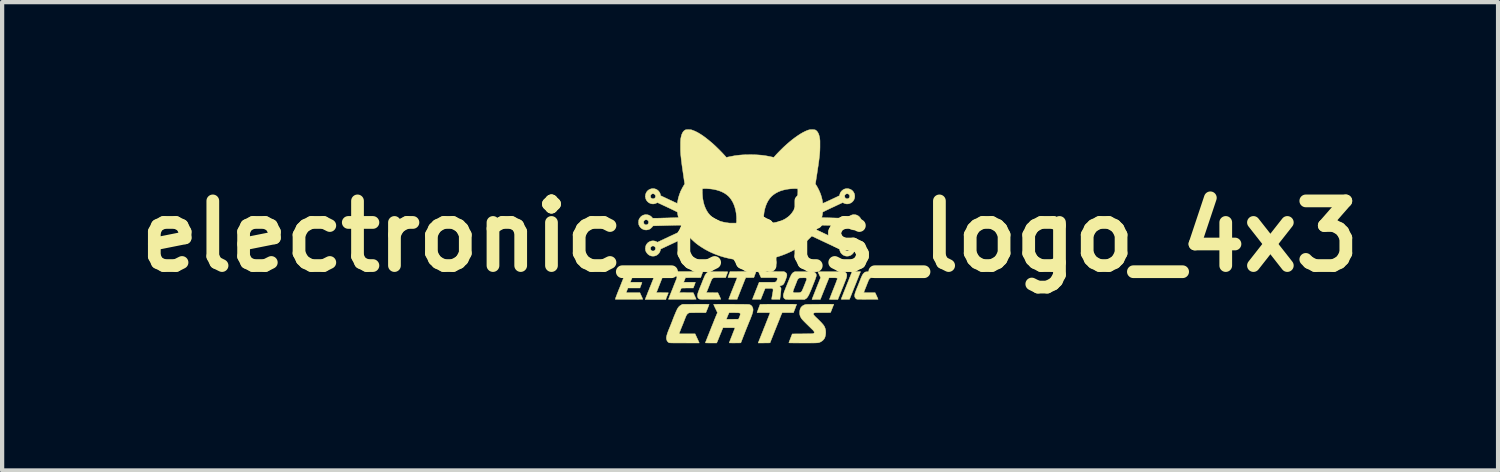
<source format=kicad_pcb>
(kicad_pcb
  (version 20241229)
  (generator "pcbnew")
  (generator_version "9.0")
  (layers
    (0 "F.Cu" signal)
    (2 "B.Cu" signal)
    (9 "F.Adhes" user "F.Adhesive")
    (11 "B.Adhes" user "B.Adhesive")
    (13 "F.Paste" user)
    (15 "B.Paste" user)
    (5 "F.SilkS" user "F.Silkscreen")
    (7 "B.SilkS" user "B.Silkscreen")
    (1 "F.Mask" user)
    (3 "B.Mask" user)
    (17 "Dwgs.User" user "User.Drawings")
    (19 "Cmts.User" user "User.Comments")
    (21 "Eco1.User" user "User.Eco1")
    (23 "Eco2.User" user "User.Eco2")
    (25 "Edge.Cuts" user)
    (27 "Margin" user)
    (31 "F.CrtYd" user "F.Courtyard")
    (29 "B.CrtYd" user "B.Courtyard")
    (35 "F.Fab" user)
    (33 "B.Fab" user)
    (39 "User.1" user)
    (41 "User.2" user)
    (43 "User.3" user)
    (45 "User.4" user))
  (footprint "electronic_cats_logo_4x3"
    (layer "F.Cu")
    (at 14.63 2.52)
    (property "Reference" "electronic_cats_logo_4x3" (at 0 0 0) (layer "F.SilkS") (effects (font (size 1.524 1.524) (thickness 0.3))))
    (attr through_hole)
    (fp_poly (pts (xy 2.533 0.83) (xy 2.558 0.83) (xy 2.578 0.831) (xy 2.593 0.831) (xy 2.602 0.832) (xy 2.603 0.833) (xy 2.602 0.837) (xy 2.598 0.849) (xy 2.59 0.867) (xy 2.581 0.891) (xy 2.569 0.921) (xy 2.555 0.956) (xy 2.54 0.995) (xy 2.522 1.038) (xy 2.504 1.084) (xy 2.485 1.133) (xy 2.473 1.161) (xy 2.343 1.486) (xy 2.245 1.486) (xy 2.217 1.486) (xy 2.192 1.485) (xy 2.172 1.485) (xy 2.156 1.484) (xy 2.148 1.483) (xy 2.146 1.483) (xy 2.148 1.479) (xy 2.152 1.467) (xy 2.159 1.449) (xy 2.169 1.424) (xy 2.181 1.394) (xy 2.195 1.36) (xy 2.21 1.32) (xy 2.227 1.278) (xy 2.246 1.231) (xy 2.265 1.183) (xy 2.276 1.155) (xy 2.406 0.83) (xy 2.505 0.83) (xy 2.533 0.83)) (stroke (width 0.01) (type solid)) (fill yes) (layer "F.SilkS"))
    (fp_poly (pts (xy -2.017 0.839) (xy -2.019 0.845) (xy -2.023 0.857) (xy -2.031 0.877) (xy -2.04 0.902) (xy -2.052 0.931) (xy -2.066 0.966) (xy -2.08 1.004) (xy -2.097 1.044) (xy -2.113 1.087) (xy -2.114 1.088) (xy -2.208 1.327) (xy -2.067 1.328) (xy -2.034 1.329) (xy -2.003 1.329) (xy -1.976 1.33) (xy -1.954 1.33) (xy -1.938 1.331) (xy -1.928 1.331) (xy -1.926 1.332) (xy -1.928 1.336) (xy -1.932 1.347) (xy -1.938 1.363) (xy -1.946 1.383) (xy -1.953 1.4) (xy -1.963 1.423) (xy -1.971 1.444) (xy -1.978 1.462) (xy -1.982 1.474) (xy -1.983 1.479) (xy -1.986 1.49) (xy -2.473 1.49) (xy -2.47 1.481) (xy -2.468 1.475) (xy -2.463 1.463) (xy -2.456 1.443) (xy -2.446 1.418) (xy -2.433 1.387) (xy -2.419 1.352) (xy -2.404 1.312) (xy -2.386 1.269) (xy -2.368 1.222) (xy -2.348 1.174) (xy -2.339 1.151) (xy -2.212 0.832) (xy -2.113 0.831) (xy -2.014 0.83) (xy -2.017 0.839)) (stroke (width 0.01) (type solid)) (fill yes) (layer "F.SilkS"))
    (fp_poly (pts (xy 0.754 1.6) (xy 0.805 1.6) (xy 0.853 1.6) (xy 0.9 1.6) (xy 0.943 1.601) (xy 0.982 1.601) (xy 1.016 1.601) (xy 1.045 1.602) (xy 1.069 1.603) (xy 1.085 1.603) (xy 1.095 1.604) (xy 1.096 1.605) (xy 1.095 1.61) (xy 1.091 1.621) (xy 1.084 1.639) (xy 1.076 1.661) (xy 1.067 1.686) (xy 1.06 1.704) (xy 1.023 1.799) (xy 0.758 1.799) (xy 0.747 1.821) (xy 0.741 1.833) (xy 0.733 1.851) (xy 0.725 1.873) (xy 0.715 1.896) (xy 0.711 1.907) (xy 0.7 1.934) (xy 0.689 1.965) (xy 0.677 1.994) (xy 0.666 2.019) (xy 0.665 2.024) (xy 0.659 2.038) (xy 0.65 2.059) (xy 0.64 2.086) (xy 0.627 2.118) (xy 0.612 2.154) (xy 0.597 2.193) (xy 0.58 2.234) (xy 0.563 2.277) (xy 0.557 2.294) (xy 0.47 2.512) (xy 0.331 2.514) (xy 0.191 2.515) (xy 0.195 2.503) (xy 0.197 2.497) (xy 0.202 2.485) (xy 0.21 2.465) (xy 0.22 2.439) (xy 0.233 2.408) (xy 0.247 2.372) (xy 0.263 2.332) (xy 0.281 2.287) (xy 0.3 2.24) (xy 0.319 2.19) (xy 0.336 2.148) (xy 0.357 2.097) (xy 0.376 2.048) (xy 0.394 2.002) (xy 0.411 1.959) (xy 0.427 1.92) (xy 0.44 1.886) (xy 0.451 1.857) (xy 0.46 1.833) (xy 0.467 1.816) (xy 0.471 1.805) (xy 0.471 1.802) (xy 0.467 1.802) (xy 0.455 1.801) (xy 0.436 1.8) (xy 0.412 1.8) (xy 0.383 1.799) (xy 0.351 1.799) (xy 0.317 1.799) (xy 0.165 1.799) (xy 0.167 1.79) (xy 0.169 1.784) (xy 0.174 1.771) (xy 0.181 1.754) (xy 0.188 1.732) (xy 0.197 1.708) (xy 0.206 1.684) (xy 0.216 1.659) (xy 0.224 1.637) (xy 0.231 1.617) (xy 0.236 1.605) (xy 0.24 1.605) (xy 0.253 1.604) (xy 0.272 1.603) (xy 0.297 1.603) (xy 0.329 1.602) (xy 0.365 1.602) (xy 0.406 1.601) (xy 0.45 1.601) (xy 0.497 1.6) (xy 0.547 1.6) (xy 0.598 1.6) (xy 0.65 1.6) (xy 0.702 1.6) (xy 0.754 1.6)) (stroke (width 0.01) (type solid)) (fill yes) (layer "F.SilkS"))
    (fp_poly (pts (xy 2.019 0.834) (xy 2.064 0.834) (xy 2.102 0.834) (xy 2.134 0.835) (xy 2.161 0.835) (xy 2.183 0.836) (xy 2.2 0.837) (xy 2.214 0.838) (xy 2.225 0.84) (xy 2.233 0.842) (xy 2.24 0.844) (xy 2.245 0.847) (xy 2.249 0.85) (xy 2.253 0.854) (xy 2.256 0.856) (xy 2.269 0.872) (xy 2.278 0.89) (xy 2.281 0.911) (xy 2.28 0.936) (xy 2.274 0.966) (xy 2.263 1.002) (xy 2.257 1.016) (xy 2.252 1.031) (xy 2.243 1.053) (xy 2.232 1.081) (xy 2.219 1.114) (xy 2.205 1.151) (xy 2.189 1.19) (xy 2.172 1.231) (xy 2.155 1.273) (xy 2.152 1.282) (xy 2.068 1.49) (xy 1.97 1.49) (xy 1.934 1.49) (xy 1.907 1.489) (xy 1.887 1.489) (xy 1.876 1.487) (xy 1.871 1.486) (xy 1.871 1.486) (xy 1.873 1.481) (xy 1.877 1.469) (xy 1.884 1.451) (xy 1.893 1.427) (xy 1.905 1.398) (xy 1.918 1.364) (xy 1.932 1.327) (xy 1.948 1.287) (xy 1.964 1.247) (xy 1.981 1.204) (xy 1.997 1.164) (xy 2.012 1.126) (xy 2.025 1.092) (xy 2.036 1.063) (xy 2.045 1.038) (xy 2.052 1.019) (xy 2.056 1.007) (xy 2.057 1.002) (xy 2.057 0.994) (xy 2.054 0.989) (xy 2.048 0.984) (xy 2.039 0.982) (xy 2.025 0.98) (xy 2.005 0.978) (xy 1.978 0.978) (xy 1.95 0.978) (xy 1.862 0.978) (xy 1.853 0.998) (xy 1.85 1.006) (xy 1.844 1.02) (xy 1.836 1.041) (xy 1.825 1.068) (xy 1.812 1.099) (xy 1.798 1.135) (xy 1.782 1.173) (xy 1.766 1.215) (xy 1.75 1.253) (xy 1.656 1.488) (xy 1.558 1.489) (xy 1.46 1.49) (xy 1.462 1.479) (xy 1.465 1.473) (xy 1.469 1.46) (xy 1.477 1.44) (xy 1.487 1.415) (xy 1.499 1.385) (xy 1.513 1.35) (xy 1.528 1.312) (xy 1.544 1.271) (xy 1.562 1.227) (xy 1.564 1.22) (xy 1.663 0.974) (xy 1.634 0.913) (xy 1.624 0.892) (xy 1.615 0.873) (xy 1.608 0.857) (xy 1.604 0.846) (xy 1.603 0.843) (xy 1.6 0.834) (xy 1.967 0.834) (xy 2.019 0.834)) (stroke (width 0.01) (type solid)) (fill yes) (layer "F.SilkS"))
    (fp_poly (pts (xy 2.955 0.834) (xy 3.175 0.834) (xy 3.175 0.846) (xy 3.173 0.854) (xy 3.169 0.868) (xy 3.163 0.887) (xy 3.155 0.908) (xy 3.152 0.915) (xy 3.13 0.972) (xy 2.988 0.974) (xy 2.944 0.974) (xy 2.908 0.975) (xy 2.88 0.976) (xy 2.859 0.978) (xy 2.846 0.979) (xy 2.839 0.981) (xy 2.838 0.981) (xy 2.824 0.992) (xy 2.81 1.008) (xy 2.798 1.026) (xy 2.792 1.04) (xy 2.788 1.049) (xy 2.782 1.064) (xy 2.774 1.086) (xy 2.763 1.111) (xy 2.752 1.141) (xy 2.739 1.172) (xy 2.732 1.191) (xy 2.719 1.222) (xy 2.708 1.251) (xy 2.698 1.276) (xy 2.69 1.297) (xy 2.684 1.313) (xy 2.68 1.323) (xy 2.68 1.325) (xy 2.684 1.326) (xy 2.696 1.327) (xy 2.717 1.328) (xy 2.745 1.329) (xy 2.78 1.329) (xy 2.813 1.329) (xy 2.947 1.329) (xy 2.975 1.387) (xy 2.985 1.41) (xy 2.995 1.431) (xy 3.003 1.449) (xy 3.009 1.463) (xy 3.01 1.466) (xy 3.018 1.486) (xy 2.774 1.486) (xy 2.729 1.485) (xy 2.686 1.485) (xy 2.646 1.485) (xy 2.61 1.484) (xy 2.579 1.484) (xy 2.553 1.483) (xy 2.533 1.483) (xy 2.521 1.482) (xy 2.516 1.481) (xy 2.502 1.474) (xy 2.488 1.461) (xy 2.476 1.444) (xy 2.468 1.427) (xy 2.468 1.426) (xy 2.465 1.413) (xy 2.465 1.398) (xy 2.466 1.381) (xy 2.47 1.362) (xy 2.476 1.338) (xy 2.486 1.31) (xy 2.498 1.277) (xy 2.514 1.237) (xy 2.527 1.204) (xy 2.54 1.173) (xy 2.554 1.138) (xy 2.568 1.103) (xy 2.581 1.07) (xy 2.589 1.05) (xy 2.605 1.008) (xy 2.619 0.974) (xy 2.632 0.946) (xy 2.642 0.923) (xy 2.653 0.905) (xy 2.662 0.89) (xy 2.672 0.878) (xy 2.681 0.869) (xy 2.689 0.862) (xy 2.695 0.855) (xy 2.702 0.85) (xy 2.709 0.846) (xy 2.718 0.842) (xy 2.729 0.839) (xy 2.742 0.837) (xy 2.759 0.836) (xy 2.78 0.835) (xy 2.806 0.834) (xy 2.838 0.834) (xy 2.876 0.834) (xy 2.921 0.834) (xy 2.955 0.834)) (stroke (width 0.01) (type solid)) (fill yes) (layer "F.SilkS"))
    (fp_poly (pts (xy -0.694 0.834) (xy -0.646 0.834) (xy -0.607 0.835) (xy -0.574 0.835) (xy -0.55 0.836) (xy -0.534 0.837) (xy -0.526 0.838) (xy -0.525 0.838) (xy -0.526 0.843) (xy -0.531 0.855) (xy -0.537 0.872) (xy -0.545 0.892) (xy -0.551 0.908) (xy -0.577 0.974) (xy -0.709 0.974) (xy -0.75 0.974) (xy -0.786 0.974) (xy -0.815 0.975) (xy -0.838 0.976) (xy -0.852 0.977) (xy -0.857 0.978) (xy -0.876 0.987) (xy -0.893 1.003) (xy -0.907 1.024) (xy -0.913 1.038) (xy -0.917 1.047) (xy -0.923 1.063) (xy -0.932 1.085) (xy -0.943 1.111) (xy -0.954 1.141) (xy -0.967 1.173) (xy -0.975 1.194) (xy -1.029 1.327) (xy -0.758 1.331) (xy -0.743 1.363) (xy -0.731 1.387) (xy -0.72 1.411) (xy -0.71 1.433) (xy -0.702 1.453) (xy -0.695 1.468) (xy -0.691 1.478) (xy -0.69 1.482) (xy -0.694 1.483) (xy -0.707 1.484) (xy -0.727 1.484) (xy -0.756 1.485) (xy -0.793 1.485) (xy -0.837 1.486) (xy -0.889 1.486) (xy -0.935 1.486) (xy -0.986 1.486) (xy -1.03 1.486) (xy -1.067 1.486) (xy -1.098 1.485) (xy -1.123 1.485) (xy -1.143 1.485) (xy -1.158 1.484) (xy -1.17 1.483) (xy -1.179 1.482) (xy -1.186 1.481) (xy -1.191 1.48) (xy -1.195 1.478) (xy -1.197 1.478) (xy -1.216 1.465) (xy -1.23 1.446) (xy -1.238 1.421) (xy -1.24 1.403) (xy -1.24 1.389) (xy -1.238 1.374) (xy -1.234 1.356) (xy -1.229 1.336) (xy -1.22 1.311) (xy -1.209 1.281) (xy -1.195 1.245) (xy -1.179 1.204) (xy -1.167 1.174) (xy -1.152 1.139) (xy -1.138 1.103) (xy -1.124 1.068) (xy -1.116 1.047) (xy -1.099 1.006) (xy -1.085 0.972) (xy -1.073 0.943) (xy -1.062 0.921) (xy -1.052 0.902) (xy -1.042 0.888) (xy -1.033 0.876) (xy -1.028 0.871) (xy -1.02 0.863) (xy -1.013 0.856) (xy -1.007 0.851) (xy -1 0.846) (xy -0.991 0.843) (xy -0.981 0.84) (xy -0.967 0.838) (xy -0.95 0.836) (xy -0.929 0.835) (xy -0.903 0.835) (xy -0.872 0.834) (xy -0.833 0.834) (xy -0.788 0.834) (xy -0.748 0.834) (xy -0.694 0.834)) (stroke (width 0.01) (type solid)) (fill yes) (layer "F.SilkS"))
    (fp_poly (pts (xy 0.027 0.831) (xy 0.059 0.831) (xy 0.084 0.831) (xy 0.103 0.831) (xy 0.118 0.832) (xy 0.129 0.833) (xy 0.136 0.833) (xy 0.139 0.834) (xy 0.14 0.835) (xy 0.138 0.841) (xy 0.134 0.853) (xy 0.128 0.87) (xy 0.12 0.891) (xy 0.114 0.906) (xy 0.106 0.928) (xy 0.099 0.947) (xy 0.093 0.961) (xy 0.09 0.97) (xy 0.089 0.972) (xy 0.085 0.973) (xy 0.074 0.973) (xy 0.056 0.973) (xy 0.034 0.974) (xy 0.008 0.974) (xy -0.006 0.974) (xy -0.101 0.974) (xy -0.11 0.994) (xy -0.116 1.006) (xy -0.123 1.024) (xy -0.131 1.044) (xy -0.138 1.06) (xy -0.143 1.074) (xy -0.151 1.095) (xy -0.162 1.121) (xy -0.174 1.152) (xy -0.188 1.187) (xy -0.203 1.224) (xy -0.218 1.262) (xy -0.226 1.283) (xy -0.241 1.32) (xy -0.255 1.355) (xy -0.267 1.387) (xy -0.279 1.415) (xy -0.288 1.438) (xy -0.295 1.456) (xy -0.299 1.468) (xy -0.301 1.472) (xy -0.305 1.486) (xy -0.405 1.486) (xy -0.439 1.486) (xy -0.466 1.485) (xy -0.486 1.484) (xy -0.499 1.483) (xy -0.504 1.482) (xy -0.504 1.482) (xy -0.502 1.477) (xy -0.498 1.465) (xy -0.491 1.447) (xy -0.481 1.423) (xy -0.47 1.394) (xy -0.457 1.36) (xy -0.442 1.323) (xy -0.426 1.282) (xy -0.408 1.24) (xy -0.406 1.233) (xy -0.389 1.19) (xy -0.372 1.149) (xy -0.357 1.11) (xy -0.343 1.076) (xy -0.331 1.046) (xy -0.321 1.02) (xy -0.313 1.001) (xy -0.308 0.987) (xy -0.306 0.981) (xy -0.306 0.981) (xy -0.306 0.979) (xy -0.307 0.977) (xy -0.312 0.976) (xy -0.32 0.975) (xy -0.332 0.974) (xy -0.35 0.974) (xy -0.374 0.974) (xy -0.406 0.974) (xy -0.412 0.974) (xy -0.445 0.974) (xy -0.471 0.973) (xy -0.49 0.973) (xy -0.504 0.973) (xy -0.512 0.972) (xy -0.518 0.97) (xy -0.52 0.969) (xy -0.521 0.967) (xy -0.521 0.966) (xy -0.519 0.96) (xy -0.515 0.947) (xy -0.509 0.93) (xy -0.501 0.909) (xy -0.496 0.895) (xy -0.472 0.832) (xy -0.166 0.831) (xy -0.106 0.831) (xy -0.054 0.83) (xy -0.01 0.83) (xy 0.027 0.831)) (stroke (width 0.01) (type solid)) (fill yes) (layer "F.SilkS"))
    (fp_poly (pts (xy -1.377 0.83) (xy -1.315 0.83) (xy -1.261 0.83) (xy -1.215 0.831) (xy -1.178 0.831) (xy -1.149 0.832) (xy -1.129 0.832) (xy -1.117 0.833) (xy -1.113 0.834) (xy -1.115 0.839) (xy -1.119 0.851) (xy -1.125 0.868) (xy -1.133 0.888) (xy -1.139 0.906) (xy -1.165 0.974) (xy -1.344 0.975) (xy -1.522 0.976) (xy -1.566 1.084) (xy -1.29 1.084) (xy -1.292 1.095) (xy -1.295 1.103) (xy -1.3 1.118) (xy -1.306 1.136) (xy -1.314 1.157) (xy -1.317 1.163) (xy -1.339 1.219) (xy -1.477 1.219) (xy -1.518 1.219) (xy -1.55 1.22) (xy -1.576 1.22) (xy -1.595 1.221) (xy -1.608 1.222) (xy -1.616 1.223) (xy -1.62 1.224) (xy -1.62 1.224) (xy -1.624 1.23) (xy -1.629 1.242) (xy -1.636 1.259) (xy -1.644 1.278) (xy -1.644 1.278) (xy -1.663 1.327) (xy -1.501 1.328) (xy -1.339 1.329) (xy -1.305 1.405) (xy -1.294 1.428) (xy -1.285 1.449) (xy -1.277 1.466) (xy -1.272 1.478) (xy -1.27 1.483) (xy -1.27 1.483) (xy -1.274 1.484) (xy -1.286 1.484) (xy -1.305 1.484) (xy -1.331 1.485) (xy -1.362 1.485) (xy -1.399 1.485) (xy -1.441 1.486) (xy -1.486 1.486) (xy -1.534 1.486) (xy -1.586 1.486) (xy -1.596 1.486) (xy -1.923 1.486) (xy -1.92 1.474) (xy -1.918 1.468) (xy -1.913 1.455) (xy -1.905 1.436) (xy -1.896 1.411) (xy -1.884 1.38) (xy -1.87 1.346) (xy -1.855 1.308) (xy -1.838 1.267) (xy -1.821 1.224) (xy -1.82 1.221) (xy -1.803 1.178) (xy -1.787 1.137) (xy -1.772 1.099) (xy -1.758 1.065) (xy -1.746 1.035) (xy -1.737 1.01) (xy -1.729 0.991) (xy -1.725 0.978) (xy -1.723 0.973) (xy -1.723 0.973) (xy -1.725 0.967) (xy -1.73 0.955) (xy -1.737 0.938) (xy -1.746 0.918) (xy -1.753 0.904) (xy -1.763 0.883) (xy -1.771 0.864) (xy -1.778 0.849) (xy -1.782 0.839) (xy -1.782 0.836) (xy -1.781 0.835) (xy -1.779 0.834) (xy -1.774 0.833) (xy -1.766 0.832) (xy -1.754 0.832) (xy -1.738 0.831) (xy -1.718 0.831) (xy -1.693 0.83) (xy -1.662 0.83) (xy -1.625 0.83) (xy -1.581 0.83) (xy -1.53 0.83) (xy -1.472 0.83) (xy -1.448 0.83) (xy -1.377 0.83)) (stroke (width 0.01) (type solid)) (fill yes) (layer "F.SilkS"))
    (fp_poly (pts (xy -2.653 0.83) (xy -2.603 0.83) (xy -2.556 0.83) (xy -2.513 0.83) (xy -2.475 0.831) (xy -2.441 0.831) (xy -2.414 0.831) (xy -2.392 0.832) (xy -2.378 0.832) (xy -2.371 0.833) (xy -2.371 0.833) (xy -2.372 0.838) (xy -2.376 0.849) (xy -2.382 0.866) (xy -2.39 0.886) (xy -2.397 0.905) (xy -2.424 0.974) (xy -2.778 0.974) (xy -2.79 1.001) (xy -2.799 1.021) (xy -2.807 1.042) (xy -2.813 1.056) (xy -2.823 1.084) (xy -2.686 1.084) (xy -2.646 1.084) (xy -2.615 1.084) (xy -2.59 1.084) (xy -2.572 1.085) (xy -2.559 1.086) (xy -2.552 1.087) (xy -2.549 1.088) (xy -2.548 1.089) (xy -2.55 1.095) (xy -2.554 1.107) (xy -2.56 1.123) (xy -2.568 1.144) (xy -2.573 1.157) (xy -2.597 1.219) (xy -2.878 1.219) (xy -2.892 1.252) (xy -2.899 1.271) (xy -2.907 1.29) (xy -2.912 1.306) (xy -2.913 1.307) (xy -2.921 1.329) (xy -2.759 1.329) (xy -2.597 1.329) (xy -2.563 1.404) (xy -2.553 1.427) (xy -2.543 1.448) (xy -2.536 1.465) (xy -2.53 1.476) (xy -2.528 1.482) (xy -2.528 1.482) (xy -2.532 1.483) (xy -2.544 1.483) (xy -2.564 1.484) (xy -2.591 1.484) (xy -2.624 1.485) (xy -2.665 1.485) (xy -2.711 1.486) (xy -2.764 1.486) (xy -2.821 1.486) (xy -2.851 1.486) (xy -3.175 1.486) (xy -3.175 1.474) (xy -3.173 1.468) (xy -3.169 1.455) (xy -3.162 1.435) (xy -3.152 1.41) (xy -3.141 1.38) (xy -3.128 1.345) (xy -3.113 1.308) (xy -3.097 1.267) (xy -3.081 1.229) (xy -3.064 1.187) (xy -3.048 1.147) (xy -3.033 1.109) (xy -3.02 1.075) (xy -3.008 1.045) (xy -2.998 1.021) (xy -2.99 1.002) (xy -2.986 0.989) (xy -2.984 0.984) (xy -2.982 0.979) (xy -2.983 0.972) (xy -2.985 0.964) (xy -2.989 0.952) (xy -2.997 0.935) (xy -3.007 0.913) (xy -3.01 0.907) (xy -3.02 0.886) (xy -3.028 0.866) (xy -3.035 0.85) (xy -3.039 0.84) (xy -3.04 0.836) (xy -3.039 0.835) (xy -3.037 0.834) (xy -3.033 0.833) (xy -3.026 0.832) (xy -3.016 0.832) (xy -3.002 0.831) (xy -2.984 0.831) (xy -2.962 0.83) (xy -2.934 0.83) (xy -2.9 0.83) (xy -2.86 0.83) (xy -2.812 0.83) (xy -2.758 0.83) (xy -2.705 0.83) (xy -2.653 0.83)) (stroke (width 0.01) (type solid)) (fill yes) (layer "F.SilkS"))
    (fp_poly (pts (xy -1.134 1.601) (xy -1.093 1.601) (xy -1.057 1.601) (xy -1.025 1.601) (xy -1 1.602) (xy -0.981 1.602) (xy -0.969 1.602) (xy -0.965 1.603) (xy -0.967 1.608) (xy -0.971 1.62) (xy -0.977 1.636) (xy -0.984 1.656) (xy -0.993 1.679) (xy -1.002 1.702) (xy -1.011 1.724) (xy -1.019 1.744) (xy -1.026 1.76) (xy -1.03 1.77) (xy -1.042 1.799) (xy -1.238 1.8) (xy -1.283 1.8) (xy -1.322 1.801) (xy -1.353 1.801) (xy -1.378 1.801) (xy -1.398 1.802) (xy -1.413 1.803) (xy -1.424 1.803) (xy -1.433 1.804) (xy -1.439 1.806) (xy -1.444 1.807) (xy -1.448 1.809) (xy -1.45 1.81) (xy -1.467 1.822) (xy -1.483 1.836) (xy -1.496 1.855) (xy -1.509 1.88) (xy -1.522 1.911) (xy -1.526 1.921) (xy -1.532 1.936) (xy -1.541 1.958) (xy -1.551 1.986) (xy -1.564 2.017) (xy -1.577 2.052) (xy -1.592 2.088) (xy -1.606 2.123) (xy -1.62 2.157) (xy -1.633 2.189) (xy -1.644 2.219) (xy -1.654 2.244) (xy -1.662 2.264) (xy -1.667 2.279) (xy -1.67 2.286) (xy -1.67 2.287) (xy -1.673 2.299) (xy -1.296 2.299) (xy -1.255 2.387) (xy -1.243 2.413) (xy -1.231 2.438) (xy -1.221 2.461) (xy -1.213 2.479) (xy -1.207 2.491) (xy -1.206 2.494) (xy -1.198 2.515) (xy -1.548 2.514) (xy -1.611 2.514) (xy -1.666 2.514) (xy -1.713 2.514) (xy -1.754 2.514) (xy -1.788 2.514) (xy -1.817 2.514) (xy -1.841 2.513) (xy -1.86 2.513) (xy -1.875 2.512) (xy -1.887 2.512) (xy -1.895 2.511) (xy -1.902 2.51) (xy -1.907 2.509) (xy -1.911 2.508) (xy -1.914 2.506) (xy -1.914 2.506) (xy -1.936 2.49) (xy -1.954 2.467) (xy -1.966 2.44) (xy -1.972 2.409) (xy -1.973 2.396) (xy -1.971 2.377) (xy -1.967 2.354) (xy -1.96 2.326) (xy -1.95 2.293) (xy -1.937 2.255) (xy -1.92 2.211) (xy -1.899 2.16) (xy -1.883 2.121) (xy -1.871 2.092) (xy -1.858 2.059) (xy -1.845 2.026) (xy -1.833 1.995) (xy -1.829 1.985) (xy -1.81 1.935) (xy -1.791 1.886) (xy -1.771 1.839) (xy -1.753 1.795) (xy -1.736 1.757) (xy -1.726 1.735) (xy -1.705 1.695) (xy -1.681 1.663) (xy -1.654 1.638) (xy -1.624 1.619) (xy -1.619 1.616) (xy -1.59 1.602) (xy -1.277 1.601) (xy -1.227 1.601) (xy -1.179 1.601) (xy -1.134 1.601)) (stroke (width 0.01) (type solid)) (fill yes) (layer "F.SilkS"))
    (fp_poly (pts (xy 1.328 0.834) (xy 1.377 0.834) (xy 1.419 0.835) (xy 1.452 0.836) (xy 1.477 0.836) (xy 1.493 0.838) (xy 1.501 0.839) (xy 1.524 0.849) (xy 1.543 0.866) (xy 1.556 0.887) (xy 1.562 0.912) (xy 1.562 0.917) (xy 1.562 0.926) (xy 1.56 0.936) (xy 1.557 0.949) (xy 1.552 0.965) (xy 1.546 0.984) (xy 1.537 1.009) (xy 1.526 1.038) (xy 1.513 1.073) (xy 1.496 1.114) (xy 1.477 1.163) (xy 1.477 1.164) (xy 1.454 1.22) (xy 1.435 1.268) (xy 1.417 1.309) (xy 1.402 1.344) (xy 1.388 1.374) (xy 1.375 1.399) (xy 1.363 1.419) (xy 1.352 1.435) (xy 1.341 1.449) (xy 1.33 1.46) (xy 1.319 1.469) (xy 1.307 1.476) (xy 1.303 1.478) (xy 1.285 1.488) (xy 1.069 1.489) (xy 1.017 1.489) (xy 0.971 1.489) (xy 0.931 1.488) (xy 0.898 1.488) (xy 0.871 1.487) (xy 0.852 1.487) (xy 0.841 1.486) (xy 0.838 1.485) (xy 0.818 1.475) (xy 0.801 1.459) (xy 0.789 1.437) (xy 0.784 1.411) (xy 0.783 1.402) (xy 0.784 1.392) (xy 0.785 1.381) (xy 0.787 1.369) (xy 0.791 1.355) (xy 0.796 1.338) (xy 0.803 1.317) (xy 0.805 1.311) (xy 1.013 1.311) (xy 1.017 1.32) (xy 1.027 1.325) (xy 1.043 1.328) (xy 1.067 1.329) (xy 1.097 1.329) (xy 1.127 1.329) (xy 1.149 1.328) (xy 1.166 1.326) (xy 1.179 1.324) (xy 1.182 1.323) (xy 1.196 1.316) (xy 1.209 1.307) (xy 1.212 1.305) (xy 1.218 1.296) (xy 1.227 1.28) (xy 1.238 1.257) (xy 1.251 1.227) (xy 1.266 1.191) (xy 1.282 1.151) (xy 1.3 1.105) (xy 1.31 1.08) (xy 1.32 1.054) (xy 1.327 1.035) (xy 1.331 1.022) (xy 1.334 1.012) (xy 1.335 1.005) (xy 1.334 1) (xy 1.332 0.996) (xy 1.331 0.995) (xy 1.324 0.985) (xy 1.315 0.98) (xy 1.315 0.98) (xy 1.308 0.979) (xy 1.293 0.979) (xy 1.274 0.978) (xy 1.251 0.978) (xy 1.233 0.979) (xy 1.206 0.979) (xy 1.186 0.98) (xy 1.172 0.981) (xy 1.163 0.982) (xy 1.156 0.985) (xy 1.15 0.988) (xy 1.149 0.989) (xy 1.135 1.002) (xy 1.121 1.02) (xy 1.11 1.041) (xy 1.105 1.054) (xy 1.102 1.064) (xy 1.096 1.08) (xy 1.087 1.101) (xy 1.078 1.125) (xy 1.068 1.149) (xy 1.057 1.176) (xy 1.047 1.202) (xy 1.037 1.227) (xy 1.029 1.248) (xy 1.024 1.261) (xy 1.017 1.283) (xy 1.013 1.299) (xy 1.013 1.311) (xy 0.805 1.311) (xy 0.812 1.292) (xy 0.823 1.262) (xy 0.837 1.226) (xy 0.854 1.184) (xy 0.869 1.147) (xy 0.891 1.093) (xy 0.91 1.046) (xy 0.927 1.006) (xy 0.941 0.971) (xy 0.955 0.943) (xy 0.966 0.919) (xy 0.977 0.9) (xy 0.987 0.884) (xy 0.997 0.872) (xy 1.007 0.862) (xy 1.016 0.854) (xy 1.027 0.848) (xy 1.035 0.844) (xy 1.056 0.834) (xy 1.27 0.834) (xy 1.328 0.834)) (stroke (width 0.01) (type solid)) (fill yes) (layer "F.SilkS"))
    (fp_poly (pts (xy 0.368 0.83) (xy 0.415 0.83) (xy 0.469 0.83) (xy 0.499 0.831) (xy 0.799 0.832) (xy 0.823 0.845) (xy 0.845 0.86) (xy 0.86 0.878) (xy 0.867 0.901) (xy 0.868 0.916) (xy 0.866 0.933) (xy 0.86 0.958) (xy 0.85 0.988) (xy 0.837 1.024) (xy 0.821 1.065) (xy 0.817 1.075) (xy 0.805 1.1) (xy 0.795 1.119) (xy 0.784 1.133) (xy 0.772 1.144) (xy 0.756 1.152) (xy 0.735 1.159) (xy 0.733 1.16) (xy 0.718 1.165) (xy 0.706 1.169) (xy 0.699 1.171) (xy 0.699 1.171) (xy 0.698 1.174) (xy 0.703 1.182) (xy 0.71 1.191) (xy 0.722 1.207) (xy 0.729 1.222) (xy 0.73 1.228) (xy 0.73 1.24) (xy 0.729 1.259) (xy 0.727 1.284) (xy 0.724 1.315) (xy 0.72 1.351) (xy 0.716 1.39) (xy 0.71 1.433) (xy 0.709 1.437) (xy 0.707 1.456) (xy 0.704 1.471) (xy 0.703 1.481) (xy 0.703 1.485) (xy 0.699 1.485) (xy 0.687 1.485) (xy 0.67 1.486) (xy 0.648 1.486) (xy 0.622 1.486) (xy 0.605 1.486) (xy 0.571 1.486) (xy 0.543 1.485) (xy 0.524 1.484) (xy 0.512 1.483) (xy 0.508 1.482) (xy 0.509 1.476) (xy 0.511 1.464) (xy 0.514 1.446) (xy 0.518 1.422) (xy 0.523 1.395) (xy 0.527 1.369) (xy 0.533 1.336) (xy 0.538 1.309) (xy 0.541 1.289) (xy 0.542 1.273) (xy 0.543 1.262) (xy 0.541 1.253) (xy 0.539 1.247) (xy 0.535 1.241) (xy 0.53 1.235) (xy 0.527 1.233) (xy 0.522 1.231) (xy 0.515 1.229) (xy 0.503 1.228) (xy 0.486 1.228) (xy 0.463 1.228) (xy 0.44 1.228) (xy 0.357 1.228) (xy 0.344 1.256) (xy 0.339 1.268) (xy 0.331 1.287) (xy 0.322 1.31) (xy 0.311 1.337) (xy 0.3 1.365) (xy 0.292 1.385) (xy 0.252 1.486) (xy 0.055 1.486) (xy 0.065 1.461) (xy 0.068 1.452) (xy 0.074 1.436) (xy 0.083 1.414) (xy 0.094 1.387) (xy 0.106 1.355) (xy 0.12 1.321) (xy 0.134 1.285) (xy 0.144 1.26) (xy 0.214 1.084) (xy 0.398 1.084) (xy 0.443 1.084) (xy 0.48 1.084) (xy 0.51 1.083) (xy 0.534 1.083) (xy 0.553 1.082) (xy 0.567 1.082) (xy 0.578 1.081) (xy 0.586 1.08) (xy 0.592 1.078) (xy 0.597 1.077) (xy 0.599 1.076) (xy 0.612 1.069) (xy 0.62 1.062) (xy 0.627 1.052) (xy 0.633 1.036) (xy 0.635 1.031) (xy 0.639 1.018) (xy 0.643 1.007) (xy 0.644 0.999) (xy 0.643 0.991) (xy 0.639 0.986) (xy 0.631 0.981) (xy 0.619 0.978) (xy 0.603 0.976) (xy 0.58 0.975) (xy 0.552 0.974) (xy 0.516 0.974) (xy 0.474 0.974) (xy 0.437 0.974) (xy 0.26 0.974) (xy 0.229 0.908) (xy 0.219 0.886) (xy 0.211 0.866) (xy 0.204 0.85) (xy 0.2 0.839) (xy 0.199 0.835) (xy 0.2 0.834) (xy 0.203 0.833) (xy 0.208 0.832) (xy 0.217 0.832) (xy 0.23 0.831) (xy 0.247 0.831) (xy 0.268 0.83) (xy 0.295 0.83) (xy 0.329 0.83) (xy 0.368 0.83)) (stroke (width 0.01) (type solid)) (fill yes) (layer "F.SilkS"))
    (fp_poly (pts (xy -0.569 1.601) (xy -0.501 1.601) (xy -0.446 1.601) (xy -0.377 1.601) (xy -0.316 1.602) (xy -0.262 1.602) (xy -0.216 1.602) (xy -0.175 1.602) (xy -0.141 1.603) (xy -0.112 1.603) (xy -0.088 1.604) (xy -0.068 1.604) (xy -0.052 1.605) (xy -0.04 1.605) (xy -0.03 1.606) (xy -0.023 1.607) (xy -0.017 1.608) (xy -0.012 1.609) (xy -0.01 1.61) (xy 0.017 1.623) (xy 0.039 1.643) (xy 0.056 1.669) (xy 0.067 1.699) (xy 0.07 1.719) (xy 0.071 1.735) (xy 0.069 1.754) (xy 0.066 1.775) (xy 0.059 1.8) (xy 0.051 1.829) (xy 0.039 1.863) (xy 0.024 1.902) (xy 0.007 1.947) (xy -0.015 1.999) (xy -0.027 2.028) (xy -0.036 2.051) (xy -0.048 2.08) (xy -0.062 2.115) (xy -0.078 2.154) (xy -0.095 2.196) (xy -0.112 2.239) (xy -0.129 2.283) (xy -0.142 2.316) (xy -0.218 2.512) (xy -0.355 2.514) (xy -0.396 2.514) (xy -0.43 2.514) (xy -0.457 2.513) (xy -0.476 2.513) (xy -0.488 2.512) (xy -0.491 2.511) (xy -0.49 2.506) (xy -0.485 2.494) (xy -0.479 2.476) (xy -0.47 2.453) (xy -0.459 2.425) (xy -0.447 2.393) (xy -0.433 2.359) (xy -0.425 2.338) (xy -0.411 2.302) (xy -0.398 2.268) (xy -0.386 2.238) (xy -0.375 2.211) (xy -0.367 2.19) (xy -0.361 2.174) (xy -0.357 2.164) (xy -0.357 2.162) (xy -0.357 2.16) (xy -0.358 2.159) (xy -0.362 2.157) (xy -0.369 2.156) (xy -0.38 2.156) (xy -0.396 2.155) (xy -0.417 2.155) (xy -0.445 2.155) (xy -0.481 2.155) (xy -0.496 2.155) (xy -0.638 2.155) (xy -0.662 2.211) (xy -0.67 2.231) (xy -0.68 2.257) (xy -0.693 2.287) (xy -0.706 2.319) (xy -0.719 2.352) (xy -0.728 2.374) (xy -0.74 2.404) (xy -0.751 2.431) (xy -0.761 2.456) (xy -0.769 2.476) (xy -0.776 2.49) (xy -0.779 2.498) (xy -0.788 2.515) (xy -0.921 2.515) (xy -0.962 2.514) (xy -0.997 2.514) (xy -1.023 2.513) (xy -1.041 2.513) (xy -1.052 2.511) (xy -1.054 2.51) (xy -1.053 2.506) (xy -1.048 2.494) (xy -1.041 2.476) (xy -1.032 2.452) (xy -1.02 2.423) (xy -1.007 2.39) (xy -0.993 2.353) (xy -0.977 2.314) (xy -0.96 2.272) (xy -0.943 2.228) (xy -0.925 2.184) (xy -0.908 2.14) (xy -0.89 2.096) (xy -0.873 2.054) (xy -0.857 2.014) (xy -0.842 1.976) (xy -0.834 1.956) (xy -0.559 1.956) (xy -0.416 1.955) (xy -0.273 1.954) (xy -0.26 1.926) (xy -0.251 1.907) (xy -0.243 1.886) (xy -0.237 1.866) (xy -0.232 1.849) (xy -0.23 1.837) (xy -0.23 1.829) (xy -0.232 1.823) (xy -0.236 1.817) (xy -0.24 1.812) (xy -0.245 1.808) (xy -0.253 1.806) (xy -0.265 1.804) (xy -0.28 1.802) (xy -0.301 1.801) (xy -0.328 1.801) (xy -0.363 1.8) (xy -0.374 1.8) (xy -0.491 1.799) (xy -0.499 1.813) (xy -0.506 1.825) (xy -0.514 1.844) (xy -0.525 1.869) (xy -0.537 1.899) (xy -0.549 1.929) (xy -0.559 1.956) (xy -0.834 1.956) (xy -0.828 1.942) (xy -0.816 1.912) (xy -0.806 1.887) (xy -0.801 1.876) (xy -0.769 1.799) (xy -0.814 1.704) (xy -0.827 1.678) (xy -0.838 1.654) (xy -0.847 1.634) (xy -0.854 1.618) (xy -0.858 1.608) (xy -0.859 1.605) (xy -0.857 1.604) (xy -0.849 1.603) (xy -0.837 1.602) (xy -0.818 1.602) (xy -0.793 1.602) (xy -0.762 1.601) (xy -0.725 1.601) (xy -0.68 1.601) (xy -0.628 1.601) (xy -0.569 1.601)) (stroke (width 0.01) (type solid)) (fill yes) (layer "F.SilkS"))
    (fp_poly (pts (xy 1.837 1.601) (xy 1.874 1.601) (xy 1.907 1.601) (xy 1.933 1.602) (xy 1.954 1.602) (xy 1.967 1.602) (xy 1.973 1.603) (xy 1.973 1.603) (xy 1.971 1.608) (xy 1.967 1.619) (xy 1.961 1.636) (xy 1.952 1.657) (xy 1.943 1.682) (xy 1.937 1.695) (xy 1.927 1.721) (xy 1.918 1.745) (xy 1.91 1.765) (xy 1.904 1.78) (xy 1.9 1.79) (xy 1.899 1.792) (xy 1.898 1.794) (xy 1.896 1.795) (xy 1.892 1.796) (xy 1.884 1.797) (xy 1.874 1.798) (xy 1.859 1.798) (xy 1.839 1.799) (xy 1.813 1.799) (xy 1.781 1.799) (xy 1.742 1.799) (xy 1.709 1.799) (xy 1.664 1.799) (xy 1.627 1.799) (xy 1.597 1.799) (xy 1.573 1.8) (xy 1.554 1.8) (xy 1.54 1.801) (xy 1.529 1.802) (xy 1.521 1.803) (xy 1.516 1.804) (xy 1.512 1.806) (xy 1.509 1.807) (xy 1.499 1.815) (xy 1.493 1.823) (xy 1.492 1.833) (xy 1.497 1.844) (xy 1.506 1.859) (xy 1.521 1.876) (xy 1.542 1.898) (xy 1.569 1.924) (xy 1.574 1.928) (xy 1.609 1.962) (xy 1.643 1.996) (xy 1.674 2.027) (xy 1.7 2.056) (xy 1.722 2.082) (xy 1.738 2.102) (xy 1.738 2.102) (xy 1.756 2.133) (xy 1.77 2.17) (xy 1.78 2.209) (xy 1.782 2.228) (xy 1.784 2.265) (xy 1.782 2.303) (xy 1.776 2.34) (xy 1.767 2.374) (xy 1.756 2.402) (xy 1.751 2.41) (xy 1.733 2.434) (xy 1.71 2.458) (xy 1.683 2.477) (xy 1.666 2.487) (xy 1.656 2.492) (xy 1.647 2.496) (xy 1.639 2.5) (xy 1.63 2.503) (xy 1.62 2.506) (xy 1.609 2.508) (xy 1.596 2.51) (xy 1.58 2.511) (xy 1.56 2.512) (xy 1.537 2.513) (xy 1.509 2.514) (xy 1.477 2.514) (xy 1.438 2.514) (xy 1.393 2.515) (xy 1.341 2.515) (xy 1.282 2.515) (xy 1.25 2.515) (xy 1.196 2.515) (xy 1.145 2.514) (xy 1.097 2.514) (xy 1.054 2.514) (xy 1.015 2.514) (xy 0.982 2.513) (xy 0.955 2.513) (xy 0.934 2.512) (xy 0.92 2.512) (xy 0.915 2.511) (xy 0.914 2.511) (xy 0.916 2.506) (xy 0.92 2.494) (xy 0.926 2.477) (xy 0.935 2.455) (xy 0.944 2.43) (xy 0.954 2.404) (xy 0.994 2.301) (xy 1.239 2.299) (xy 1.291 2.298) (xy 1.335 2.298) (xy 1.372 2.297) (xy 1.403 2.297) (xy 1.428 2.296) (xy 1.447 2.296) (xy 1.463 2.295) (xy 1.474 2.294) (xy 1.482 2.293) (xy 1.488 2.292) (xy 1.492 2.291) (xy 1.495 2.289) (xy 1.496 2.289) (xy 1.507 2.28) (xy 1.513 2.27) (xy 1.514 2.259) (xy 1.509 2.246) (xy 1.498 2.23) (xy 1.481 2.21) (xy 1.457 2.187) (xy 1.45 2.18) (xy 1.433 2.164) (xy 1.412 2.143) (xy 1.387 2.119) (xy 1.361 2.093) (xy 1.334 2.067) (xy 1.31 2.043) (xy 1.281 2.014) (xy 1.258 1.99) (xy 1.239 1.97) (xy 1.225 1.954) (xy 1.214 1.94) (xy 1.206 1.928) (xy 1.203 1.923) (xy 1.186 1.891) (xy 1.175 1.86) (xy 1.169 1.828) (xy 1.168 1.803) (xy 1.171 1.758) (xy 1.18 1.719) (xy 1.194 1.686) (xy 1.215 1.659) (xy 1.242 1.636) (xy 1.276 1.618) (xy 1.301 1.61) (xy 1.306 1.608) (xy 1.312 1.607) (xy 1.321 1.606) (xy 1.332 1.605) (xy 1.346 1.605) (xy 1.364 1.604) (xy 1.386 1.603) (xy 1.414 1.603) (xy 1.446 1.603) (xy 1.485 1.602) (xy 1.531 1.602) (xy 1.584 1.602) (xy 1.645 1.601) (xy 1.648 1.601) (xy 1.699 1.601) (xy 1.749 1.601) (xy 1.794 1.601) (xy 1.837 1.601)) (stroke (width 0.01) (type solid)) (fill yes) (layer "F.SilkS"))
    (fp_poly (pts (xy 1.492 -2.514) (xy 1.514 -2.512) (xy 1.532 -2.509) (xy 1.546 -2.503) (xy 1.559 -2.493) (xy 1.573 -2.48) (xy 1.577 -2.476) (xy 1.594 -2.454) (xy 1.609 -2.427) (xy 1.622 -2.394) (xy 1.633 -2.355) (xy 1.641 -2.313) (xy 1.643 -2.298) (xy 1.645 -2.282) (xy 1.647 -2.263) (xy 1.648 -2.24) (xy 1.648 -2.212) (xy 1.648 -2.178) (xy 1.648 -2.148) (xy 1.648 -2.104) (xy 1.647 -2.064) (xy 1.646 -2.026) (xy 1.644 -1.989) (xy 1.641 -1.95) (xy 1.637 -1.909) (xy 1.632 -1.863) (xy 1.626 -1.811) (xy 1.623 -1.791) (xy 1.621 -1.771) (xy 1.618 -1.751) (xy 1.615 -1.731) (xy 1.612 -1.711) (xy 1.609 -1.688) (xy 1.606 -1.663) (xy 1.601 -1.634) (xy 1.596 -1.602) (xy 1.591 -1.565) (xy 1.584 -1.522) (xy 1.577 -1.472) (xy 1.568 -1.416) (xy 1.562 -1.378) (xy 1.54 -1.234) (xy 1.567 -1.192) (xy 1.59 -1.152) (xy 1.614 -1.106) (xy 1.636 -1.059) (xy 1.656 -1.012) (xy 1.67 -0.972) (xy 1.678 -0.947) (xy 1.686 -0.919) (xy 1.693 -0.89) (xy 1.7 -0.862) (xy 1.705 -0.836) (xy 1.709 -0.815) (xy 1.71 -0.8) (xy 1.71 -0.797) (xy 1.712 -0.787) (xy 1.714 -0.78) (xy 1.717 -0.779) (xy 1.723 -0.781) (xy 1.734 -0.785) (xy 1.749 -0.791) (xy 1.77 -0.8) (xy 1.796 -0.812) (xy 1.829 -0.827) (xy 1.868 -0.845) (xy 1.913 -0.866) (xy 2.074 -0.942) (xy 2.228 -0.942) (xy 2.232 -0.923) (xy 2.242 -0.907) (xy 2.257 -0.894) (xy 2.274 -0.886) (xy 2.294 -0.885) (xy 2.314 -0.89) (xy 2.315 -0.891) (xy 2.333 -0.904) (xy 2.343 -0.921) (xy 2.348 -0.939) (xy 2.346 -0.958) (xy 2.339 -0.976) (xy 2.326 -0.991) (xy 2.307 -1.001) (xy 2.303 -1.002) (xy 2.283 -1.004) (xy 2.263 -0.998) (xy 2.246 -0.986) (xy 2.234 -0.97) (xy 2.231 -0.962) (xy 2.228 -0.942) (xy 2.074 -0.942) (xy 2.108 -0.958) (xy 2.113 -0.982) (xy 2.124 -1.017) (xy 2.142 -1.049) (xy 2.166 -1.076) (xy 2.194 -1.098) (xy 2.226 -1.114) (xy 2.261 -1.123) (xy 2.297 -1.125) (xy 2.318 -1.122) (xy 2.356 -1.111) (xy 2.389 -1.094) (xy 2.418 -1.07) (xy 2.44 -1.041) (xy 2.457 -1.008) (xy 2.466 -0.971) (xy 2.468 -0.944) (xy 2.464 -0.906) (xy 2.452 -0.87) (xy 2.434 -0.838) (xy 2.41 -0.811) (xy 2.38 -0.789) (xy 2.345 -0.773) (xy 2.316 -0.765) (xy 2.28 -0.763) (xy 2.243 -0.769) (xy 2.208 -0.783) (xy 2.182 -0.795) (xy 1.952 -0.687) (xy 1.91 -0.668) (xy 1.871 -0.649) (xy 1.835 -0.632) (xy 1.802 -0.616) (xy 1.773 -0.602) (xy 1.75 -0.59) (xy 1.732 -0.581) (xy 1.72 -0.575) (xy 1.716 -0.572) (xy 1.712 -0.563) (xy 1.71 -0.553) (xy 1.709 -0.543) (xy 1.707 -0.528) (xy 1.704 -0.509) (xy 1.7 -0.491) (xy 1.696 -0.472) (xy 1.693 -0.456) (xy 1.691 -0.446) (xy 1.691 -0.442) (xy 1.695 -0.441) (xy 1.707 -0.441) (xy 1.726 -0.44) (xy 1.752 -0.439) (xy 1.783 -0.438) (xy 1.82 -0.437) (xy 1.861 -0.436) (xy 1.905 -0.435) (xy 1.953 -0.433) (xy 1.994 -0.432) (xy 2.052 -0.43) (xy 2.102 -0.429) (xy 2.145 -0.428) (xy 2.181 -0.427) (xy 2.211 -0.426) (xy 2.235 -0.426) (xy 2.254 -0.426) (xy 2.269 -0.426) (xy 2.281 -0.426) (xy 2.289 -0.427) (xy 2.294 -0.427) (xy 2.298 -0.428) (xy 2.299 -0.43) (xy 2.3 -0.431) (xy 2.311 -0.446) (xy 2.327 -0.462) (xy 2.346 -0.477) (xy 2.364 -0.489) (xy 2.369 -0.491) (xy 2.405 -0.505) (xy 2.442 -0.511) (xy 2.479 -0.509) (xy 2.514 -0.5) (xy 2.546 -0.484) (xy 2.574 -0.462) (xy 2.598 -0.433) (xy 2.611 -0.412) (xy 2.618 -0.397) (xy 2.622 -0.386) (xy 2.625 -0.376) (xy 2.626 -0.363) (xy 2.627 -0.347) (xy 2.627 -0.33) (xy 2.627 -0.309) (xy 2.626 -0.293) (xy 2.624 -0.281) (xy 2.621 -0.271) (xy 2.616 -0.259) (xy 2.613 -0.253) (xy 2.593 -0.22) (xy 2.568 -0.193) (xy 2.538 -0.172) (xy 2.505 -0.158) (xy 2.469 -0.15) (xy 2.433 -0.15) (xy 2.395 -0.158) (xy 2.373 -0.167) (xy 2.356 -0.177) (xy 2.337 -0.192) (xy 2.318 -0.21) (xy 2.301 -0.228) (xy 2.297 -0.234) (xy 2.288 -0.246) (xy 2.004 -0.254) (xy 1.939 -0.256) (xy 1.881 -0.258) (xy 1.831 -0.259) (xy 1.788 -0.26) (xy 1.751 -0.261) (xy 1.72 -0.262) (xy 1.694 -0.262) (xy 1.674 -0.262) (xy 1.657 -0.262) (xy 1.645 -0.262) (xy 1.635 -0.261) (xy 1.629 -0.26) (xy 1.624 -0.259) (xy 1.622 -0.258) (xy 1.62 -0.256) (xy 1.619 -0.255) (xy 1.617 -0.248) (xy 1.61 -0.236) (xy 1.601 -0.22) (xy 1.591 -0.202) (xy 1.59 -0.2) (xy 1.563 -0.153) (xy 1.873 -0.007) (xy 2.182 0.139) (xy 2.206 0.127) (xy 2.242 0.113) (xy 2.279 0.107) (xy 2.315 0.108) (xy 2.35 0.117) (xy 2.383 0.133) (xy 2.412 0.156) (xy 2.434 0.181) (xy 2.448 0.204) (xy 2.458 0.226) (xy 2.464 0.25) (xy 2.466 0.279) (xy 2.466 0.29) (xy 2.466 0.31) (xy 2.465 0.324) (xy 2.462 0.336) (xy 2.458 0.348) (xy 2.451 0.363) (xy 2.451 0.364) (xy 2.43 0.397) (xy 2.405 0.424) (xy 2.376 0.445) (xy 2.344 0.459) (xy 2.31 0.467) (xy 2.276 0.468) (xy 2.241 0.462) (xy 2.207 0.449) (xy 2.176 0.428) (xy 2.166 0.419) (xy 2.143 0.394) (xy 2.127 0.366) (xy 2.115 0.332) (xy 2.114 0.329) (xy 2.106 0.3) (xy 2.085 0.29) (xy 2.229 0.29) (xy 2.233 0.309) (xy 2.243 0.326) (xy 2.258 0.339) (xy 2.277 0.346) (xy 2.298 0.346) (xy 2.317 0.34) (xy 2.32 0.338) (xy 2.336 0.323) (xy 2.345 0.305) (xy 2.348 0.286) (xy 2.345 0.268) (xy 2.336 0.251) (xy 2.323 0.238) (xy 2.305 0.229) (xy 2.288 0.227) (xy 2.267 0.231) (xy 2.251 0.24) (xy 2.238 0.255) (xy 2.231 0.272) (xy 2.229 0.29) (xy 2.085 0.29) (xy 1.781 0.147) (xy 1.455 -0.006) (xy 1.389 0.059) (xy 1.346 0.101) (xy 1.304 0.139) (xy 1.263 0.173) (xy 1.219 0.206) (xy 1.169 0.24) (xy 1.164 0.243) (xy 1.063 0.306) (xy 0.956 0.363) (xy 0.844 0.413) (xy 0.728 0.457) (xy 0.608 0.494) (xy 0.484 0.524) (xy 0.358 0.547) (xy 0.229 0.563) (xy 0.18 0.567) (xy 0.149 0.569) (xy 0.112 0.57) (xy 0.074 0.572) (xy 0.034 0.573) (xy -0.003 0.573) (xy -0.038 0.574) (xy -0.066 0.573) (xy -0.074 0.573) (xy -0.21 0.565) (xy -0.344 0.549) (xy -0.473 0.526) (xy -0.599 0.496) (xy -0.721 0.459) (xy -0.839 0.415) (xy -0.952 0.365) (xy -1.06 0.308) (xy -1.163 0.244) (xy -1.164 0.243) (xy -1.214 0.209) (xy -1.259 0.176) (xy -1.3 0.142) (xy -1.341 0.105) (xy -1.385 0.064) (xy -1.389 0.059) (xy -1.455 -0.006) (xy -1.781 0.147) (xy -2.106 0.3) (xy -2.114 0.329) (xy -2.126 0.363) (xy -2.142 0.392) (xy -2.164 0.417) (xy -2.166 0.419) (xy -2.196 0.443) (xy -2.229 0.458) (xy -2.263 0.467) (xy -2.298 0.468) (xy -2.332 0.463) (xy -2.365 0.451) (xy -2.395 0.432) (xy -2.422 0.407) (xy -2.444 0.376) (xy -2.451 0.364) (xy -2.458 0.349) (xy -2.462 0.337) (xy -2.465 0.325) (xy -2.466 0.311) (xy -2.466 0.291) (xy -2.466 0.291) (xy -2.348 0.291) (xy -2.344 0.308) (xy -2.334 0.324) (xy -2.321 0.337) (xy -2.304 0.345) (xy -2.285 0.347) (xy -2.266 0.343) (xy -2.261 0.341) (xy -2.245 0.329) (xy -2.235 0.312) (xy -2.229 0.293) (xy -2.23 0.274) (xy -2.237 0.257) (xy -2.238 0.256) (xy -2.255 0.238) (xy -2.274 0.229) (xy -2.294 0.227) (xy -2.313 0.233) (xy -2.331 0.247) (xy -2.338 0.255) (xy -2.347 0.272) (xy -2.348 0.291) (xy -2.466 0.291) (xy -2.466 0.29) (xy -2.465 0.259) (xy -2.46 0.233) (xy -2.452 0.211) (xy -2.439 0.188) (xy -2.434 0.181) (xy -2.409 0.152) (xy -2.379 0.131) (xy -2.346 0.116) (xy -2.31 0.108) (xy -2.274 0.107) (xy -2.237 0.114) (xy -2.206 0.127) (xy -2.182 0.139) (xy -1.873 -0.007) (xy -1.563 -0.153) (xy -1.59 -0.2) (xy -1.601 -0.218) (xy -1.61 -0.235) (xy -1.616 -0.247) (xy -1.619 -0.254) (xy -1.619 -0.255) (xy -1.62 -0.257) (xy -1.622 -0.258) (xy -1.625 -0.259) (xy -1.63 -0.26) (xy -1.637 -0.261) (xy -1.647 -0.262) (xy -1.66 -0.262) (xy -1.678 -0.262) (xy -1.699 -0.262) (xy -1.726 -0.262) (xy -1.758 -0.261) (xy -1.796 -0.26) (xy -1.841 -0.259) (xy -1.893 -0.257) (xy -1.952 -0.256) (xy -2.004 -0.254) (xy -2.288 -0.246) (xy -2.297 -0.234) (xy -2.311 -0.216) (xy -2.33 -0.198) (xy -2.349 -0.181) (xy -2.367 -0.169) (xy -2.373 -0.167) (xy -2.41 -0.154) (xy -2.447 -0.149) (xy -2.483 -0.152) (xy -2.518 -0.163) (xy -2.55 -0.179) (xy -2.578 -0.203) (xy -2.602 -0.232) (xy -2.613 -0.253) (xy -2.619 -0.266) (xy -2.623 -0.277) (xy -2.625 -0.288) (xy -2.626 -0.301) (xy -2.627 -0.32) (xy -2.627 -0.33) (xy -2.627 -0.331) (xy -2.51 -0.331) (xy -2.509 -0.322) (xy -2.506 -0.309) (xy -2.5 -0.298) (xy -2.49 -0.287) (xy -2.478 -0.277) (xy -2.469 -0.273) (xy -2.457 -0.271) (xy -2.452 -0.271) (xy -2.433 -0.273) (xy -2.42 -0.279) (xy -2.404 -0.294) (xy -2.395 -0.312) (xy -2.392 -0.331) (xy -2.395 -0.351) (xy -2.404 -0.368) (xy -2.418 -0.381) (xy -2.422 -0.383) (xy -2.443 -0.39) (xy -2.463 -0.389) (xy -2.481 -0.382) (xy -2.496 -0.369) (xy -2.506 -0.352) (xy -2.51 -0.331) (xy -2.627 -0.331) (xy -2.627 -0.352) (xy -2.626 -0.367) (xy -2.624 -0.379) (xy -2.621 -0.389) (xy -2.616 -0.401) (xy -2.611 -0.412) (xy -2.59 -0.444) (xy -2.565 -0.471) (xy -2.535 -0.491) (xy -2.501 -0.504) (xy -2.466 -0.511) (xy -2.429 -0.51) (xy -2.392 -0.501) (xy -2.369 -0.491) (xy -2.35 -0.48) (xy -2.332 -0.466) (xy -2.315 -0.45) (xy -2.303 -0.434) (xy -2.3 -0.431) (xy -2.299 -0.429) (xy -2.297 -0.428) (xy -2.294 -0.427) (xy -2.288 -0.426) (xy -2.279 -0.426) (xy -2.268 -0.426) (xy -2.252 -0.426) (xy -2.232 -0.426) (xy -2.207 -0.426) (xy -2.176 -0.427) (xy -2.139 -0.428) (xy -2.095 -0.429) (xy -2.044 -0.431) (xy -1.994 -0.432) (xy -1.944 -0.433) (xy -1.897 -0.435) (xy -1.853 -0.436) (xy -1.813 -0.437) (xy -1.777 -0.438) (xy -1.747 -0.439) (xy -1.722 -0.44) (xy -1.704 -0.441) (xy -1.694 -0.441) (xy -1.691 -0.442) (xy -1.691 -0.446) (xy -1.693 -0.457) (xy -1.696 -0.472) (xy -1.7 -0.491) (xy -1.704 -0.512) (xy -1.707 -0.53) (xy -1.71 -0.545) (xy -1.71 -0.553) (xy -1.712 -0.564) (xy -1.716 -0.572) (xy -1.72 -0.575) (xy -1.732 -0.581) (xy -1.75 -0.59) (xy -1.774 -0.602) (xy -1.802 -0.616) (xy -1.835 -0.632) (xy -1.871 -0.649) (xy -1.911 -0.668) (xy -1.952 -0.687) (xy -2.182 -0.795) (xy -2.208 -0.783) (xy -2.244 -0.769) (xy -2.28 -0.763) (xy -2.316 -0.765) (xy -2.354 -0.776) (xy -2.387 -0.793) (xy -2.416 -0.817) (xy -2.439 -0.845) (xy -2.456 -0.878) (xy -2.465 -0.914) (xy -2.467 -0.94) (xy -2.348 -0.94) (xy -2.344 -0.921) (xy -2.339 -0.911) (xy -2.324 -0.897) (xy -2.306 -0.888) (xy -2.285 -0.885) (xy -2.265 -0.889) (xy -2.261 -0.891) (xy -2.243 -0.904) (xy -2.232 -0.921) (xy -2.228 -0.939) (xy -2.23 -0.958) (xy -2.238 -0.976) (xy -2.252 -0.991) (xy -2.271 -1.001) (xy -2.292 -1.004) (xy -2.31 -1) (xy -2.326 -0.99) (xy -2.338 -0.976) (xy -2.346 -0.959) (xy -2.348 -0.94) (xy -2.467 -0.94) (xy -2.468 -0.944) (xy -2.464 -0.983) (xy -2.452 -1.019) (xy -2.434 -1.051) (xy -2.41 -1.078) (xy -2.38 -1.1) (xy -2.345 -1.115) (xy -2.316 -1.123) (xy -2.279 -1.125) (xy -2.243 -1.119) (xy -2.21 -1.107) (xy -2.179 -1.088) (xy -2.153 -1.063) (xy -2.132 -1.033) (xy -2.117 -0.999) (xy -2.113 -0.982) (xy -2.108 -0.958) (xy -1.913 -0.866) (xy -1.875 -0.848) (xy -1.839 -0.832) (xy -1.807 -0.817) (xy -1.778 -0.803) (xy -1.754 -0.792) (xy -1.735 -0.784) (xy -1.723 -0.778) (xy -1.717 -0.776) (xy -1.716 -0.776) (xy -1.715 -0.78) (xy -1.713 -0.792) (xy -1.71 -0.808) (xy -1.706 -0.828) (xy -1.706 -0.83) (xy -1.688 -0.913) (xy -1.662 -0.995) (xy -1.629 -1.076) (xy -1.126 -1.076) (xy -1.126 -1.053) (xy -1.125 -1.026) (xy -1.124 -0.998) (xy -1.122 -0.969) (xy -1.12 -0.941) (xy -1.118 -0.917) (xy -1.116 -0.897) (xy -1.116 -0.895) (xy -1.101 -0.813) (xy -1.081 -0.738) (xy -1.055 -0.67) (xy -1.025 -0.608) (xy -0.989 -0.552) (xy -0.948 -0.503) (xy -0.94 -0.495) (xy -0.891 -0.452) (xy -0.836 -0.415) (xy -0.775 -0.383) (xy -0.708 -0.357) (xy -0.635 -0.336) (xy -0.557 -0.321) (xy -0.548 -0.32) (xy -0.524 -0.317) (xy -0.505 -0.314) (xy -0.488 -0.312) (xy -0.472 -0.311) (xy -0.454 -0.311) (xy -0.432 -0.311) (xy -0.405 -0.311) (xy -0.394 -0.311) (xy -0.32 -0.311) (xy -0.318 -0.383) (xy -0.318 -0.387) (xy 0.317 -0.387) (xy 0.318 -0.363) (xy 0.318 -0.342) (xy 0.319 -0.325) (xy 0.32 -0.315) (xy 0.321 -0.311) (xy 0.326 -0.31) (xy 0.339 -0.309) (xy 0.357 -0.309) (xy 0.38 -0.31) (xy 0.405 -0.31) (xy 0.433 -0.311) (xy 0.461 -0.312) (xy 0.488 -0.314) (xy 0.513 -0.316) (xy 0.534 -0.318) (xy 0.55 -0.319) (xy 0.55 -0.32) (xy 0.565 -0.322) (xy 2.392 -0.322) (xy 2.398 -0.304) (xy 2.41 -0.288) (xy 2.426 -0.277) (xy 2.447 -0.271) (xy 2.452 -0.271) (xy 2.465 -0.272) (xy 2.475 -0.275) (xy 2.486 -0.283) (xy 2.49 -0.287) (xy 2.504 -0.305) (xy 2.51 -0.325) (xy 2.508 -0.347) (xy 2.504 -0.357) (xy 2.492 -0.374) (xy 2.476 -0.385) (xy 2.457 -0.39) (xy 2.437 -0.389) (xy 2.419 -0.381) (xy 2.404 -0.368) (xy 2.4 -0.363) (xy 2.392 -0.343) (xy 2.392 -0.322) (xy 0.565 -0.322) (xy 0.631 -0.335) (xy 0.705 -0.356) (xy 0.773 -0.382) (xy 0.834 -0.414) (xy 0.889 -0.451) (xy 0.938 -0.494) (xy 0.981 -0.543) (xy 1.019 -0.598) (xy 1.05 -0.659) (xy 1.077 -0.726) (xy 1.098 -0.8) (xy 1.114 -0.881) (xy 1.116 -0.895) (xy 1.118 -0.914) (xy 1.12 -0.938) (xy 1.122 -0.965) (xy 1.124 -0.994) (xy 1.125 -1.023) (xy 1.126 -1.05) (xy 1.126 -1.074) (xy 1.126 -1.093) (xy 1.125 -1.105) (xy 1.124 -1.106) (xy 1.122 -1.121) (xy 1.085 -1.124) (xy 1.058 -1.124) (xy 1.026 -1.124) (xy 0.989 -1.122) (xy 0.951 -1.119) (xy 0.913 -1.115) (xy 0.877 -1.11) (xy 0.868 -1.109) (xy 0.795 -1.093) (xy 0.726 -1.073) (xy 0.662 -1.047) (xy 0.604 -1.016) (xy 0.552 -0.981) (xy 0.509 -0.945) (xy 0.467 -0.898) (xy 0.429 -0.844) (xy 0.397 -0.784) (xy 0.37 -0.718) (xy 0.348 -0.647) (xy 0.332 -0.571) (xy 0.322 -0.491) (xy 0.318 -0.407) (xy 0.317 -0.387) (xy -0.318 -0.387) (xy -0.32 -0.465) (xy -0.328 -0.544) (xy -0.341 -0.62) (xy -0.361 -0.691) (xy -0.385 -0.758) (xy -0.415 -0.82) (xy -0.451 -0.876) (xy -0.491 -0.926) (xy -0.509 -0.945) (xy -0.554 -0.983) (xy -0.606 -1.018) (xy -0.664 -1.048) (xy -0.727 -1.073) (xy -0.795 -1.093) (xy -0.867 -1.109) (xy -0.868 -1.109) (xy -0.903 -1.114) (xy -0.94 -1.118) (xy -0.979 -1.121) (xy -1.016 -1.124) (xy -1.05 -1.124) (xy -1.078 -1.124) (xy -1.085 -1.124) (xy -1.122 -1.121) (xy -1.124 -1.106) (xy -1.126 -1.094) (xy -1.126 -1.076) (xy -1.629 -1.076) (xy -1.629 -1.076) (xy -1.589 -1.154) (xy -1.564 -1.196) (xy -1.54 -1.234) (xy -1.556 -1.338) (xy -1.568 -1.421) (xy -1.579 -1.496) (xy -1.589 -1.565) (xy -1.598 -1.627) (xy -1.606 -1.682) (xy -1.612 -1.733) (xy -1.618 -1.779) (xy -1.623 -1.82) (xy -1.627 -1.859) (xy -1.631 -1.894) (xy -1.634 -1.927) (xy -1.636 -1.958) (xy -1.638 -1.988) (xy -1.639 -2.018) (xy -1.64 -2.047) (xy -1.64 -2.078) (xy -1.64 -2.11) (xy -1.64 -2.131) (xy -1.64 -2.172) (xy -1.64 -2.206) (xy -1.639 -2.233) (xy -1.638 -2.256) (xy -1.637 -2.274) (xy -1.636 -2.29) (xy -1.633 -2.305) (xy -1.633 -2.309) (xy -1.622 -2.359) (xy -1.61 -2.402) (xy -1.594 -2.437) (xy -1.577 -2.465) (xy -1.556 -2.487) (xy -1.535 -2.502) (xy -1.526 -2.507) (xy -1.518 -2.51) (xy -1.51 -2.513) (xy -1.499 -2.514) (xy -1.483 -2.514) (xy -1.461 -2.515) (xy -1.455 -2.515) (xy -1.43 -2.514) (xy -1.412 -2.514) (xy -1.397 -2.512) (xy -1.384 -2.51) (xy -1.37 -2.506) (xy -1.36 -2.502) (xy -1.305 -2.481) (xy -1.247 -2.453) (xy -1.186 -2.418) (xy -1.121 -2.376) (xy -1.052 -2.326) (xy -0.98 -2.269) (xy -0.903 -2.205) (xy -0.885 -2.19) (xy -0.859 -2.166) (xy -0.828 -2.138) (xy -0.795 -2.106) (xy -0.76 -2.072) (xy -0.724 -2.037) (xy -0.69 -2.002) (xy -0.658 -1.969) (xy -0.63 -1.939) (xy -0.606 -1.913) (xy -0.602 -1.909) (xy -0.559 -1.86) (xy -0.494 -1.874) (xy -0.428 -1.887) (xy -0.366 -1.899) (xy -0.305 -1.907) (xy -0.245 -1.914) (xy -0.183 -1.919) (xy -0.118 -1.922) (xy -0.047 -1.923) (xy 0 -1.924) (xy 0.075 -1.923) (xy 0.144 -1.921) (xy 0.207 -1.917) (xy 0.268 -1.912) (xy 0.329 -1.904) (xy 0.389 -1.895) (xy 0.453 -1.883) (xy 0.494 -1.874) (xy 0.559 -1.86) (xy 0.602 -1.909) (xy 0.618 -1.927) (xy 0.639 -1.949) (xy 0.662 -1.973) (xy 0.687 -1.999) (xy 0.711 -2.023) (xy 0.72 -2.032) (xy 0.788 -2.099) (xy 0.857 -2.162) (xy 0.925 -2.221) (xy 0.992 -2.276) (xy 1.058 -2.326) (xy 1.122 -2.371) (xy 1.183 -2.411) (xy 1.241 -2.445) (xy 1.296 -2.473) (xy 1.347 -2.495) (xy 1.364 -2.501) (xy 1.382 -2.507) (xy 1.396 -2.51) (xy 1.409 -2.513) (xy 1.424 -2.514) (xy 1.444 -2.515) (xy 1.463 -2.515) (xy 1.492 -2.514)) (stroke (width 0.01) (type solid)) (fill yes) (layer "F.SilkS")))
  (gr_rect
    (start -3 -3)
    (end 32.261 8.039)
    (stroke (width 0.1) (type default))
    (fill no)
    (layer "Edge.Cuts")))
</source>
